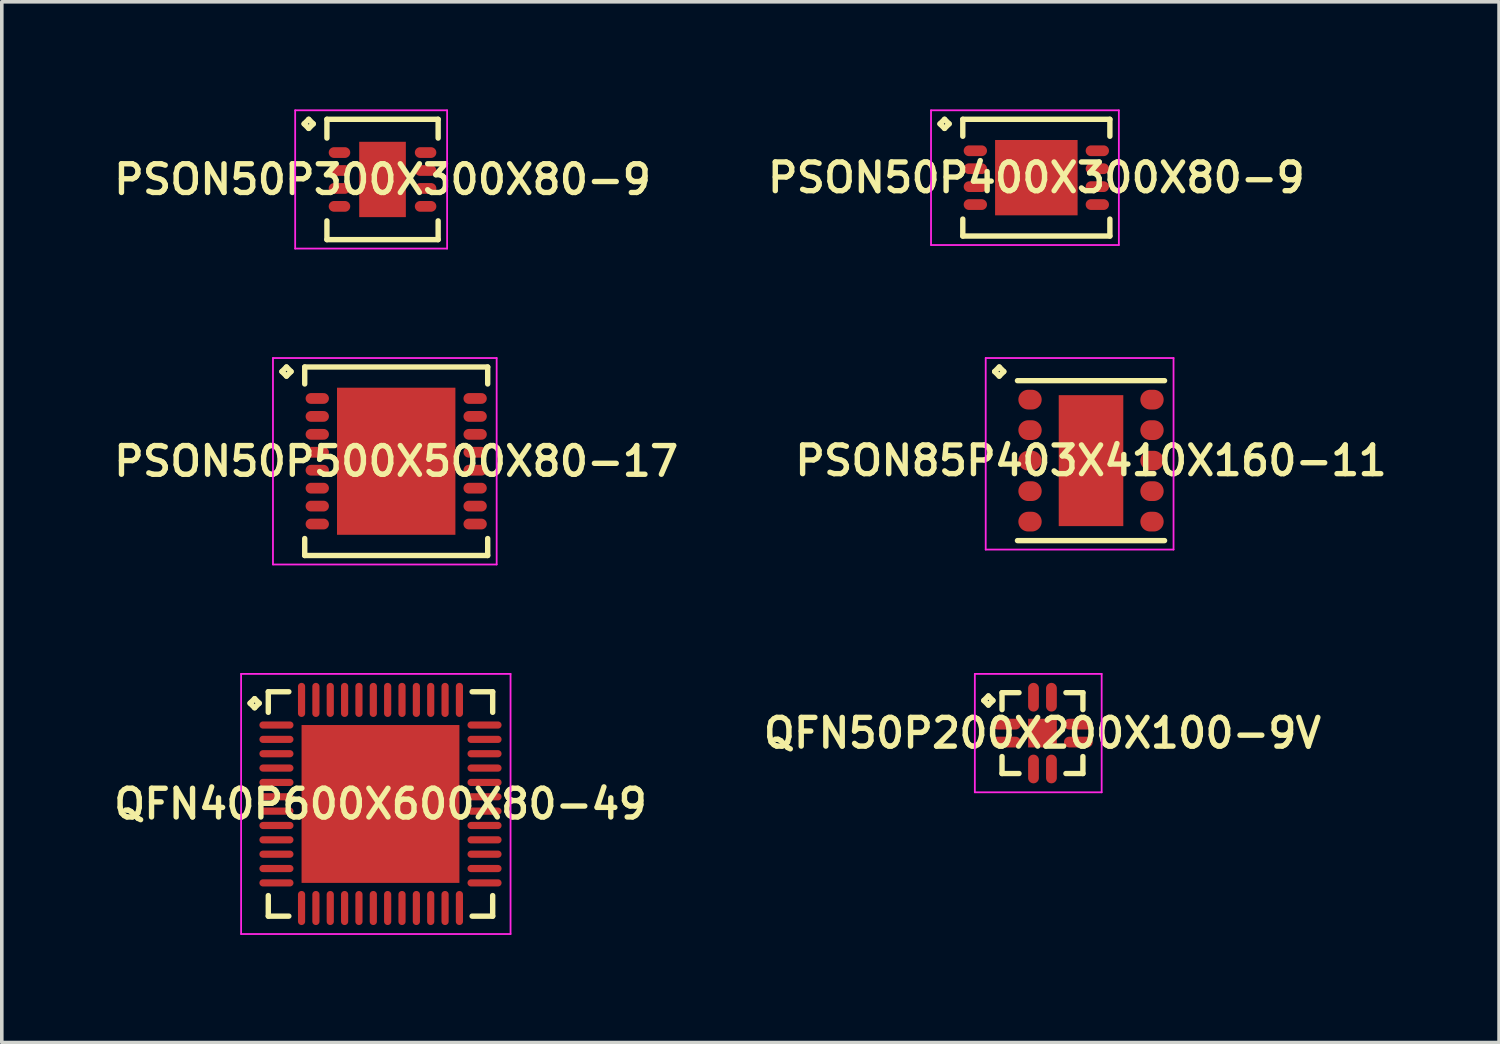
<source format=kicad_pcb>
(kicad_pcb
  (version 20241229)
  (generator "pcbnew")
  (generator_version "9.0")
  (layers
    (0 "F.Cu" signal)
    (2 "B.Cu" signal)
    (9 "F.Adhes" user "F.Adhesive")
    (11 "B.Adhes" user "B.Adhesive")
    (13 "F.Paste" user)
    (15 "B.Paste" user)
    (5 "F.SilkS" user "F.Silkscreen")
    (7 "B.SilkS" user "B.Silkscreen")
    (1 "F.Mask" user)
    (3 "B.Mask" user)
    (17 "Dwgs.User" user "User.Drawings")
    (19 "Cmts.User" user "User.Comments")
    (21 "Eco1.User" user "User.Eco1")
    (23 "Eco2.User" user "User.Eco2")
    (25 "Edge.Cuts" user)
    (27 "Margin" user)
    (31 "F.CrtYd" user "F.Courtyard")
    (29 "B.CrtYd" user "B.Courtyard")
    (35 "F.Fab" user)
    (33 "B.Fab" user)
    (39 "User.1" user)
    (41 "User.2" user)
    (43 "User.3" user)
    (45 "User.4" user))
  (footprint "PSON50P300X300X80-9"
    (layer "F.Cu")
    (at 7.612 1.952)
    (property "Reference" "PSON50P300X300X80-9" (at 0 0 0) (layer "F.SilkS") (effects (font (size 0.8 0.8) (thickness 0.15))))
    (attr smd)
    (fp_line (start -2.185 -1.55) (end -2.058 -1.677) (stroke (width 0.15) (type solid)) (layer "F.SilkS"))
    (fp_line (start -2.058 -1.677) (end -1.931 -1.55) (stroke (width 0.15) (type solid)) (layer "F.SilkS"))
    (fp_line (start -2.058 -1.423) (end -2.185 -1.55) (stroke (width 0.15) (type solid)) (layer "F.SilkS"))
    (fp_line (start -1.931 -1.55) (end -2.058 -1.423) (stroke (width 0.15) (type solid)) (layer "F.SilkS"))
    (fp_line (start -1.55 -1.677) (end 1.55 -1.677) (stroke (width 0.15) (type solid)) (layer "F.SilkS"))
    (fp_line (start -1.55 -1.154) (end -1.55 -1.677) (stroke (width 0.15) (type solid)) (layer "F.SilkS"))
    (fp_line (start -1.55 1.154) (end -1.55 1.677) (stroke (width 0.15) (type solid)) (layer "F.SilkS"))
    (fp_line (start -1.55 1.677) (end 1.55 1.677) (stroke (width 0.15) (type solid)) (layer "F.SilkS"))
    (fp_line (start 1.55 -1.677) (end 1.55 -1.154) (stroke (width 0.15) (type solid)) (layer "F.SilkS"))
    (fp_line (start 1.55 1.677) (end 1.55 1.154) (stroke (width 0.15) (type solid)) (layer "F.SilkS"))
    (fp_line (start -2.435 -1.927) (end 1.8 -1.927) (stroke (width 0.05) (type solid)) (layer "F.CrtYd"))
    (fp_line (start -2.435 1.927) (end -2.435 -1.927) (stroke (width 0.05) (type solid)) (layer "F.CrtYd"))
    (fp_line (start 1.8 -1.927) (end 1.8 1.927) (stroke (width 0.05) (type solid)) (layer "F.CrtYd"))
    (fp_line (start 1.8 1.927) (end -2.435 1.927) (stroke (width 0.05) (type solid)) (layer "F.CrtYd"))
    (pad "1" smd oval (at -1.2 -0.75) (size 0.6 0.3) (layers "F.Cu" "F.Mask" "F.Paste"))
    (pad "2" smd oval (at -1.2 -0.25) (size 0.6 0.3) (layers "F.Cu" "F.Mask" "F.Paste"))
    (pad "3" smd oval (at -1.2 0.25) (size 0.6 0.3) (layers "F.Cu" "F.Mask" "F.Paste"))
    (pad "4" smd oval (at -1.2 0.75) (size 0.6 0.3) (layers "F.Cu" "F.Mask" "F.Paste"))
    (pad "5" smd oval (at 1.2 0.75) (size 0.6 0.3) (layers "F.Cu" "F.Mask" "F.Paste"))
    (pad "6" smd oval (at 1.2 0.25) (size 0.6 0.3) (layers "F.Cu" "F.Mask" "F.Paste"))
    (pad "7" smd oval (at 1.2 -0.25) (size 0.6 0.3) (layers "F.Cu" "F.Mask" "F.Paste"))
    (pad "8" smd oval (at 1.2 -0.75) (size 0.6 0.3) (layers "F.Cu" "F.Mask" "F.Paste"))
    (pad "9" smd rect (at 0 0) (size 1.3 2.1) (layers "F.Cu" "F.Mask" "F.Paste")))
  (footprint "QFN40P600X600X80-49"
    (layer "F.Cu")
    (at 7.555 19.358)
    (property "Reference" "QFN40P600X600X80-49" (at 0 0 0) (layer "F.SilkS") (effects (font (size 0.8 0.8) (thickness 0.15))))
    (attr smd)
    (fp_line (start -3.635 -2.808) (end -3.508 -2.935) (stroke (width 0.15) (type solid)) (layer "F.SilkS"))
    (fp_line (start -3.508 -2.935) (end -3.381 -2.808) (stroke (width 0.15) (type solid)) (layer "F.SilkS"))
    (fp_line (start -3.508 -2.681) (end -3.635 -2.808) (stroke (width 0.15) (type solid)) (layer "F.SilkS"))
    (fp_line (start -3.381 -2.808) (end -3.508 -2.681) (stroke (width 0.15) (type solid)) (layer "F.SilkS"))
    (fp_line (start -3.127 -3.127) (end -2.554 -3.127) (stroke (width 0.15) (type solid)) (layer "F.SilkS"))
    (fp_line (start -3.127 -2.554) (end -3.127 -3.127) (stroke (width 0.15) (type solid)) (layer "F.SilkS"))
    (fp_line (start -3.127 2.554) (end -3.127 3.127) (stroke (width 0.15) (type solid)) (layer "F.SilkS"))
    (fp_line (start -3.127 3.127) (end -2.554 3.127) (stroke (width 0.15) (type solid)) (layer "F.SilkS"))
    (fp_line (start 2.554 -3.127) (end 3.127 -3.127) (stroke (width 0.15) (type solid)) (layer "F.SilkS"))
    (fp_line (start 2.554 3.127) (end 3.127 3.127) (stroke (width 0.15) (type solid)) (layer "F.SilkS"))
    (fp_line (start 3.127 -3.127) (end 3.127 -2.554) (stroke (width 0.15) (type solid)) (layer "F.SilkS"))
    (fp_line (start 3.127 3.127) (end 3.127 2.554) (stroke (width 0.15) (type solid)) (layer "F.SilkS"))
    (fp_line (start -3.885 -3.625) (end 3.625 -3.625) (stroke (width 0.05) (type solid)) (layer "F.CrtYd"))
    (fp_line (start -3.885 3.625) (end -3.885 -3.625) (stroke (width 0.05) (type solid)) (layer "F.CrtYd"))
    (fp_line (start 3.625 -3.625) (end 3.625 3.625) (stroke (width 0.05) (type solid)) (layer "F.CrtYd"))
    (fp_line (start 3.625 3.625) (end -3.885 3.625) (stroke (width 0.05) (type solid)) (layer "F.CrtYd"))
    (pad "1" smd oval (at -2.9 -2.2) (size 0.95 0.2) (layers "F.Cu" "F.Mask" "F.Paste"))
    (pad "2" smd oval (at -2.9 -1.8) (size 0.95 0.2) (layers "F.Cu" "F.Mask" "F.Paste"))
    (pad "3" smd oval (at -2.9 -1.4) (size 0.95 0.2) (layers "F.Cu" "F.Mask" "F.Paste"))
    (pad "4" smd oval (at -2.9 -1) (size 0.95 0.2) (layers "F.Cu" "F.Mask" "F.Paste"))
    (pad "5" smd oval (at -2.9 -0.6) (size 0.95 0.2) (layers "F.Cu" "F.Mask" "F.Paste"))
    (pad "6" smd oval (at -2.9 -0.2) (size 0.95 0.2) (layers "F.Cu" "F.Mask" "F.Paste"))
    (pad "7" smd oval (at -2.9 0.2) (size 0.95 0.2) (layers "F.Cu" "F.Mask" "F.Paste"))
    (pad "8" smd oval (at -2.9 0.6) (size 0.95 0.2) (layers "F.Cu" "F.Mask" "F.Paste"))
    (pad "9" smd oval (at -2.9 1) (size 0.95 0.2) (layers "F.Cu" "F.Mask" "F.Paste"))
    (pad "10" smd oval (at -2.9 1.4) (size 0.95 0.2) (layers "F.Cu" "F.Mask" "F.Paste"))
    (pad "11" smd oval (at -2.9 1.8) (size 0.95 0.2) (layers "F.Cu" "F.Mask" "F.Paste"))
    (pad "12" smd oval (at -2.9 2.2) (size 0.95 0.2) (layers "F.Cu" "F.Mask" "F.Paste"))
    (pad "13" smd oval (at -2.2 2.9) (size 0.2 0.95) (layers "F.Cu" "F.Mask" "F.Paste"))
    (pad "14" smd oval (at -1.8 2.9) (size 0.2 0.95) (layers "F.Cu" "F.Mask" "F.Paste"))
    (pad "15" smd oval (at -1.4 2.9) (size 0.2 0.95) (layers "F.Cu" "F.Mask" "F.Paste"))
    (pad "16" smd oval (at -1 2.9) (size 0.2 0.95) (layers "F.Cu" "F.Mask" "F.Paste"))
    (pad "17" smd oval (at -0.6 2.9) (size 0.2 0.95) (layers "F.Cu" "F.Mask" "F.Paste"))
    (pad "18" smd oval (at -0.2 2.9) (size 0.2 0.95) (layers "F.Cu" "F.Mask" "F.Paste"))
    (pad "19" smd oval (at 0.2 2.9) (size 0.2 0.95) (layers "F.Cu" "F.Mask" "F.Paste"))
    (pad "20" smd oval (at 0.6 2.9) (size 0.2 0.95) (layers "F.Cu" "F.Mask" "F.Paste"))
    (pad "21" smd oval (at 1 2.9) (size 0.2 0.95) (layers "F.Cu" "F.Mask" "F.Paste"))
    (pad "22" smd oval (at 1.4 2.9) (size 0.2 0.95) (layers "F.Cu" "F.Mask" "F.Paste"))
    (pad "23" smd oval (at 1.8 2.9) (size 0.2 0.95) (layers "F.Cu" "F.Mask" "F.Paste"))
    (pad "24" smd oval (at 2.2 2.9) (size 0.2 0.95) (layers "F.Cu" "F.Mask" "F.Paste"))
    (pad "25" smd oval (at 2.9 2.2) (size 0.95 0.2) (layers "F.Cu" "F.Mask" "F.Paste"))
    (pad "26" smd oval (at 2.9 1.8) (size 0.95 0.2) (layers "F.Cu" "F.Mask" "F.Paste"))
    (pad "27" smd oval (at 2.9 1.4) (size 0.95 0.2) (layers "F.Cu" "F.Mask" "F.Paste"))
    (pad "28" smd oval (at 2.9 1) (size 0.95 0.2) (layers "F.Cu" "F.Mask" "F.Paste"))
    (pad "29" smd oval (at 2.9 0.6) (size 0.95 0.2) (layers "F.Cu" "F.Mask" "F.Paste"))
    (pad "30" smd oval (at 2.9 0.2) (size 0.95 0.2) (layers "F.Cu" "F.Mask" "F.Paste"))
    (pad "31" smd oval (at 2.9 -0.2) (size 0.95 0.2) (layers "F.Cu" "F.Mask" "F.Paste"))
    (pad "32" smd oval (at 2.9 -0.6) (size 0.95 0.2) (layers "F.Cu" "F.Mask" "F.Paste"))
    (pad "33" smd oval (at 2.9 -1) (size 0.95 0.2) (layers "F.Cu" "F.Mask" "F.Paste"))
    (pad "34" smd oval (at 2.9 -1.4) (size 0.95 0.2) (layers "F.Cu" "F.Mask" "F.Paste"))
    (pad "35" smd oval (at 2.9 -1.8) (size 0.95 0.2) (layers "F.Cu" "F.Mask" "F.Paste"))
    (pad "36" smd oval (at 2.9 -2.2) (size 0.95 0.2) (layers "F.Cu" "F.Mask" "F.Paste"))
    (pad "37" smd oval (at 2.2 -2.9) (size 0.2 0.95) (layers "F.Cu" "F.Mask" "F.Paste"))
    (pad "38" smd oval (at 1.8 -2.9) (size 0.2 0.95) (layers "F.Cu" "F.Mask" "F.Paste"))
    (pad "39" smd oval (at 1.4 -2.9) (size 0.2 0.95) (layers "F.Cu" "F.Mask" "F.Paste"))
    (pad "40" smd oval (at 1 -2.9) (size 0.2 0.95) (layers "F.Cu" "F.Mask" "F.Paste"))
    (pad "41" smd oval (at 0.6 -2.9) (size 0.2 0.95) (layers "F.Cu" "F.Mask" "F.Paste"))
    (pad "42" smd oval (at 0.2 -2.9) (size 0.2 0.95) (layers "F.Cu" "F.Mask" "F.Paste"))
    (pad "43" smd oval (at -0.2 -2.9) (size 0.2 0.95) (layers "F.Cu" "F.Mask" "F.Paste"))
    (pad "44" smd oval (at -0.6 -2.9) (size 0.2 0.95) (layers "F.Cu" "F.Mask" "F.Paste"))
    (pad "45" smd oval (at -1 -2.9) (size 0.2 0.95) (layers "F.Cu" "F.Mask" "F.Paste"))
    (pad "46" smd oval (at -1.4 -2.9) (size 0.2 0.95) (layers "F.Cu" "F.Mask" "F.Paste"))
    (pad "47" smd oval (at -1.8 -2.9) (size 0.2 0.95) (layers "F.Cu" "F.Mask" "F.Paste"))
    (pad "48" smd oval (at -2.2 -2.9) (size 0.2 0.95) (layers "F.Cu" "F.Mask" "F.Paste"))
    (pad "49" smd rect (at 0 0) (size 4.4 4.4) (layers "F.Cu" "F.Mask" "F.Paste")))
  (footprint "PSON85P403X410X160-11"
    (layer "F.Cu")
    (at 27.359 9.789)
    (property "Reference" "PSON85P403X410X160-11" (at 0 0 0) (layer "F.SilkS") (effects (font (size 0.8 0.8) (thickness 0.15))))
    (attr smd)
    (fp_line (start -2.685 -2.483) (end -2.558 -2.61) (stroke (width 0.15) (type solid)) (layer "F.SilkS"))
    (fp_line (start -2.558 -2.61) (end -2.431 -2.483) (stroke (width 0.15) (type solid)) (layer "F.SilkS"))
    (fp_line (start -2.558 -2.356) (end -2.685 -2.483) (stroke (width 0.15) (type solid)) (layer "F.SilkS"))
    (fp_line (start -2.431 -2.483) (end -2.558 -2.356) (stroke (width 0.15) (type solid)) (layer "F.SilkS"))
    (fp_line (start -2.05 -2.229) (end 2.05 -2.229) (stroke (width 0.15) (type solid)) (layer "F.SilkS"))
    (fp_line (start -2.05 2.229) (end 2.05 2.229) (stroke (width 0.15) (type solid)) (layer "F.SilkS"))
    (fp_line (start -2.935 -2.86) (end 2.3 -2.86) (stroke (width 0.05) (type solid)) (layer "F.CrtYd"))
    (fp_line (start -2.935 2.479) (end -2.935 -2.86) (stroke (width 0.05) (type solid)) (layer "F.CrtYd"))
    (fp_line (start 2.3 -2.86) (end 2.3 2.479) (stroke (width 0.05) (type solid)) (layer "F.CrtYd"))
    (fp_line (start 2.3 2.479) (end -2.935 2.479) (stroke (width 0.05) (type solid)) (layer "F.CrtYd"))
    (pad "1" smd oval (at -1.7 -1.7) (size 0.65 0.55) (layers "F.Cu" "F.Mask" "F.Paste"))
    (pad "2" smd oval (at -1.7 -0.85) (size 0.65 0.55) (layers "F.Cu" "F.Mask" "F.Paste"))
    (pad "3" smd oval (at -1.7 0) (size 0.65 0.55) (layers "F.Cu" "F.Mask" "F.Paste"))
    (pad "4" smd oval (at -1.7 0.85) (size 0.65 0.55) (layers "F.Cu" "F.Mask" "F.Paste"))
    (pad "5" smd oval (at -1.7 1.7) (size 0.65 0.55) (layers "F.Cu" "F.Mask" "F.Paste"))
    (pad "6" smd oval (at 1.7 1.7) (size 0.65 0.55) (layers "F.Cu" "F.Mask" "F.Paste"))
    (pad "7" smd oval (at 1.7 0.85) (size 0.65 0.55) (layers "F.Cu" "F.Mask" "F.Paste"))
    (pad "8" smd oval (at 1.7 0) (size 0.65 0.55) (layers "F.Cu" "F.Mask" "F.Paste"))
    (pad "9" smd oval (at 1.7 -0.85) (size 0.65 0.55) (layers "F.Cu" "F.Mask" "F.Paste"))
    (pad "10" smd oval (at 1.7 -1.7) (size 0.65 0.55) (layers "F.Cu" "F.Mask" "F.Paste"))
    (pad "11" smd rect (at 0 0) (size 1.8 3.65) (layers "F.Cu" "F.Mask" "F.Paste")))
  (footprint "PSON50P400X300X80-9"
    (layer "F.Cu")
    (at 25.835 1.902)
    (property "Reference" "PSON50P400X300X80-9" (at 0 0 0) (layer "F.SilkS") (effects (font (size 0.8 0.8) (thickness 0.15))))
    (attr smd)
    (fp_line (start -2.685 -1.5) (end -2.558 -1.627) (stroke (width 0.15) (type solid)) (layer "F.SilkS"))
    (fp_line (start -2.558 -1.627) (end -2.431 -1.5) (stroke (width 0.15) (type solid)) (layer "F.SilkS"))
    (fp_line (start -2.558 -1.373) (end -2.685 -1.5) (stroke (width 0.15) (type solid)) (layer "F.SilkS"))
    (fp_line (start -2.431 -1.5) (end -2.558 -1.373) (stroke (width 0.15) (type solid)) (layer "F.SilkS"))
    (fp_line (start -2.05 -1.627) (end 2.05 -1.627) (stroke (width 0.15) (type solid)) (layer "F.SilkS"))
    (fp_line (start -2.05 -1.154) (end -2.05 -1.627) (stroke (width 0.15) (type solid)) (layer "F.SilkS"))
    (fp_line (start -2.05 1.154) (end -2.05 1.627) (stroke (width 0.15) (type solid)) (layer "F.SilkS"))
    (fp_line (start -2.05 1.627) (end 2.05 1.627) (stroke (width 0.15) (type solid)) (layer "F.SilkS"))
    (fp_line (start 2.05 -1.627) (end 2.05 -1.154) (stroke (width 0.15) (type solid)) (layer "F.SilkS"))
    (fp_line (start 2.05 1.627) (end 2.05 1.154) (stroke (width 0.15) (type solid)) (layer "F.SilkS"))
    (fp_line (start -2.935 -1.877) (end 2.3 -1.877) (stroke (width 0.05) (type solid)) (layer "F.CrtYd"))
    (fp_line (start -2.935 1.877) (end -2.935 -1.877) (stroke (width 0.05) (type solid)) (layer "F.CrtYd"))
    (fp_line (start 2.3 -1.877) (end 2.3 1.877) (stroke (width 0.05) (type solid)) (layer "F.CrtYd"))
    (fp_line (start 2.3 1.877) (end -2.935 1.877) (stroke (width 0.05) (type solid)) (layer "F.CrtYd"))
    (pad "1" smd oval (at -1.7 -0.75) (size 0.65 0.3) (layers "F.Cu" "F.Mask" "F.Paste"))
    (pad "2" smd oval (at -1.7 -0.25) (size 0.65 0.3) (layers "F.Cu" "F.Mask" "F.Paste"))
    (pad "3" smd oval (at -1.7 0.25) (size 0.65 0.3) (layers "F.Cu" "F.Mask" "F.Paste"))
    (pad "4" smd oval (at -1.7 0.75) (size 0.65 0.3) (layers "F.Cu" "F.Mask" "F.Paste"))
    (pad "5" smd oval (at 1.7 0.75) (size 0.65 0.3) (layers "F.Cu" "F.Mask" "F.Paste"))
    (pad "6" smd oval (at 1.7 0.25) (size 0.65 0.3) (layers "F.Cu" "F.Mask" "F.Paste"))
    (pad "7" smd oval (at 1.7 -0.25) (size 0.65 0.3) (layers "F.Cu" "F.Mask" "F.Paste"))
    (pad "8" smd oval (at 1.7 -0.75) (size 0.65 0.3) (layers "F.Cu" "F.Mask" "F.Paste"))
    (pad "9" smd rect (at 0 0) (size 2.3 2.1) (layers "F.Cu" "F.Mask" "F.Paste")))
  (footprint "PSON50P500X500X80-17"
    (layer "F.Cu")
    (at 7.993 9.806)
    (property "Reference" "PSON50P500X500X80-17" (at 0 0 0) (layer "F.SilkS") (effects (font (size 0.8 0.8) (thickness 0.15))))
    (attr smd)
    (fp_line (start -3.185 -2.5) (end -3.058 -2.627) (stroke (width 0.15) (type solid)) (layer "F.SilkS"))
    (fp_line (start -3.058 -2.627) (end -2.931 -2.5) (stroke (width 0.15) (type solid)) (layer "F.SilkS"))
    (fp_line (start -3.058 -2.373) (end -3.185 -2.5) (stroke (width 0.15) (type solid)) (layer "F.SilkS"))
    (fp_line (start -2.931 -2.5) (end -3.058 -2.373) (stroke (width 0.15) (type solid)) (layer "F.SilkS"))
    (fp_line (start -2.55 -2.627) (end 2.55 -2.627) (stroke (width 0.15) (type solid)) (layer "F.SilkS"))
    (fp_line (start -2.55 -2.154) (end -2.55 -2.627) (stroke (width 0.15) (type solid)) (layer "F.SilkS"))
    (fp_line (start -2.55 2.154) (end -2.55 2.627) (stroke (width 0.15) (type solid)) (layer "F.SilkS"))
    (fp_line (start -2.55 2.627) (end 2.55 2.627) (stroke (width 0.15) (type solid)) (layer "F.SilkS"))
    (fp_line (start 2.55 -2.627) (end 2.55 -2.154) (stroke (width 0.15) (type solid)) (layer "F.SilkS"))
    (fp_line (start 2.55 2.627) (end 2.55 2.154) (stroke (width 0.15) (type solid)) (layer "F.SilkS"))
    (fp_line (start -3.435 -2.877) (end 2.8 -2.877) (stroke (width 0.05) (type solid)) (layer "F.CrtYd"))
    (fp_line (start -3.435 2.877) (end -3.435 -2.877) (stroke (width 0.05) (type solid)) (layer "F.CrtYd"))
    (fp_line (start 2.8 -2.877) (end 2.8 2.877) (stroke (width 0.05) (type solid)) (layer "F.CrtYd"))
    (fp_line (start 2.8 2.877) (end -3.435 2.877) (stroke (width 0.05) (type solid)) (layer "F.CrtYd"))
    (pad "1" smd oval (at -2.2 -1.75) (size 0.65 0.3) (layers "F.Cu" "F.Mask" "F.Paste"))
    (pad "2" smd oval (at -2.2 -1.25) (size 0.65 0.3) (layers "F.Cu" "F.Mask" "F.Paste"))
    (pad "3" smd oval (at -2.2 -0.75) (size 0.65 0.3) (layers "F.Cu" "F.Mask" "F.Paste"))
    (pad "4" smd oval (at -2.2 -0.25) (size 0.65 0.3) (layers "F.Cu" "F.Mask" "F.Paste"))
    (pad "5" smd oval (at -2.2 0.25) (size 0.65 0.3) (layers "F.Cu" "F.Mask" "F.Paste"))
    (pad "6" smd oval (at -2.2 0.75) (size 0.65 0.3) (layers "F.Cu" "F.Mask" "F.Paste"))
    (pad "7" smd oval (at -2.2 1.25) (size 0.65 0.3) (layers "F.Cu" "F.Mask" "F.Paste"))
    (pad "8" smd oval (at -2.2 1.75) (size 0.65 0.3) (layers "F.Cu" "F.Mask" "F.Paste"))
    (pad "9" smd oval (at 2.2 1.75) (size 0.65 0.3) (layers "F.Cu" "F.Mask" "F.Paste"))
    (pad "10" smd oval (at 2.2 1.25) (size 0.65 0.3) (layers "F.Cu" "F.Mask" "F.Paste"))
    (pad "11" smd oval (at 2.2 0.75) (size 0.65 0.3) (layers "F.Cu" "F.Mask" "F.Paste"))
    (pad "12" smd oval (at 2.2 0.25) (size 0.65 0.3) (layers "F.Cu" "F.Mask" "F.Paste"))
    (pad "13" smd oval (at 2.2 -0.25) (size 0.65 0.3) (layers "F.Cu" "F.Mask" "F.Paste"))
    (pad "14" smd oval (at 2.2 -0.75) (size 0.65 0.3) (layers "F.Cu" "F.Mask" "F.Paste"))
    (pad "15" smd oval (at 2.2 -1.25) (size 0.65 0.3) (layers "F.Cu" "F.Mask" "F.Paste"))
    (pad "16" smd oval (at 2.2 -1.75) (size 0.65 0.3) (layers "F.Cu" "F.Mask" "F.Paste"))
    (pad "17" smd rect (at 0 0) (size 3.3 4.1) (layers "F.Cu" "F.Mask" "F.Paste")))
  (footprint "QFN50P200X200X100-9V"
    (layer "F.Cu")
    (at 26.006 17.383)
    (property "Reference" "QFN50P200X200X100-9V" (at 0 0 0) (layer "F.SilkS") (effects (font (size 0.8 0.8) (thickness 0.15))))
    (attr smd)
    (fp_line (start -1.635 -0.908) (end -1.508 -1.035) (stroke (width 0.15) (type solid)) (layer "F.SilkS"))
    (fp_line (start -1.508 -1.035) (end -1.381 -0.908) (stroke (width 0.15) (type solid)) (layer "F.SilkS"))
    (fp_line (start -1.508 -0.781) (end -1.635 -0.908) (stroke (width 0.15) (type solid)) (layer "F.SilkS"))
    (fp_line (start -1.381 -0.908) (end -1.508 -0.781) (stroke (width 0.15) (type solid)) (layer "F.SilkS"))
    (fp_line (start -1.127 -1.127) (end -0.654 -1.127) (stroke (width 0.15) (type solid)) (layer "F.SilkS"))
    (fp_line (start -1.127 -0.654) (end -1.127 -1.127) (stroke (width 0.15) (type solid)) (layer "F.SilkS"))
    (fp_line (start -1.127 0.654) (end -1.127 1.127) (stroke (width 0.15) (type solid)) (layer "F.SilkS"))
    (fp_line (start -1.127 1.127) (end -0.654 1.127) (stroke (width 0.15) (type solid)) (layer "F.SilkS"))
    (fp_line (start 0.654 -1.127) (end 1.127 -1.127) (stroke (width 0.15) (type solid)) (layer "F.SilkS"))
    (fp_line (start 0.654 1.127) (end 1.127 1.127) (stroke (width 0.15) (type solid)) (layer "F.SilkS"))
    (fp_line (start 1.127 -1.127) (end 1.127 -0.654) (stroke (width 0.15) (type solid)) (layer "F.SilkS"))
    (fp_line (start 1.127 1.127) (end 1.127 0.654) (stroke (width 0.15) (type solid)) (layer "F.SilkS"))
    (fp_line (start -1.885 -1.65) (end 1.65 -1.65) (stroke (width 0.05) (type solid)) (layer "F.CrtYd"))
    (fp_line (start -1.885 1.65) (end -1.885 -1.65) (stroke (width 0.05) (type solid)) (layer "F.CrtYd"))
    (fp_line (start 1.65 -1.65) (end 1.65 1.65) (stroke (width 0.05) (type solid)) (layer "F.CrtYd"))
    (fp_line (start 1.65 1.65) (end -1.885 1.65) (stroke (width 0.05) (type solid)) (layer "F.CrtYd"))
    (pad "1" smd oval (at -1 -0.25) (size 0.8 0.3) (layers "F.Cu" "F.Mask" "F.Paste"))
    (pad "2" smd oval (at -1 0.25) (size 0.8 0.3) (layers "F.Cu" "F.Mask" "F.Paste"))
    (pad "3" smd oval (at -0.25 1) (size 0.3 0.8) (layers "F.Cu" "F.Mask" "F.Paste"))
    (pad "4" smd oval (at 0.25 1) (size 0.3 0.8) (layers "F.Cu" "F.Mask" "F.Paste"))
    (pad "5" smd oval (at 1 0.25) (size 0.8 0.3) (layers "F.Cu" "F.Mask" "F.Paste"))
    (pad "6" smd oval (at 1 -0.25) (size 0.8 0.3) (layers "F.Cu" "F.Mask" "F.Paste"))
    (pad "7" smd oval (at 0.25 -1) (size 0.3 0.8) (layers "F.Cu" "F.Mask" "F.Paste"))
    (pad "8" smd oval (at -0.25 -1) (size 0.3 0.8) (layers "F.Cu" "F.Mask" "F.Paste"))
    (pad "9" smd rect (at 0 0) (size 0.8 0.8) (layers "F.Cu" "F.Mask" "F.Paste")))
  (gr_rect
    (start -3 -3)
    (end 38.732 26.008)
    (stroke (width 0.1) (type default))
    (fill no)
    (layer "Edge.Cuts")))
</source>
